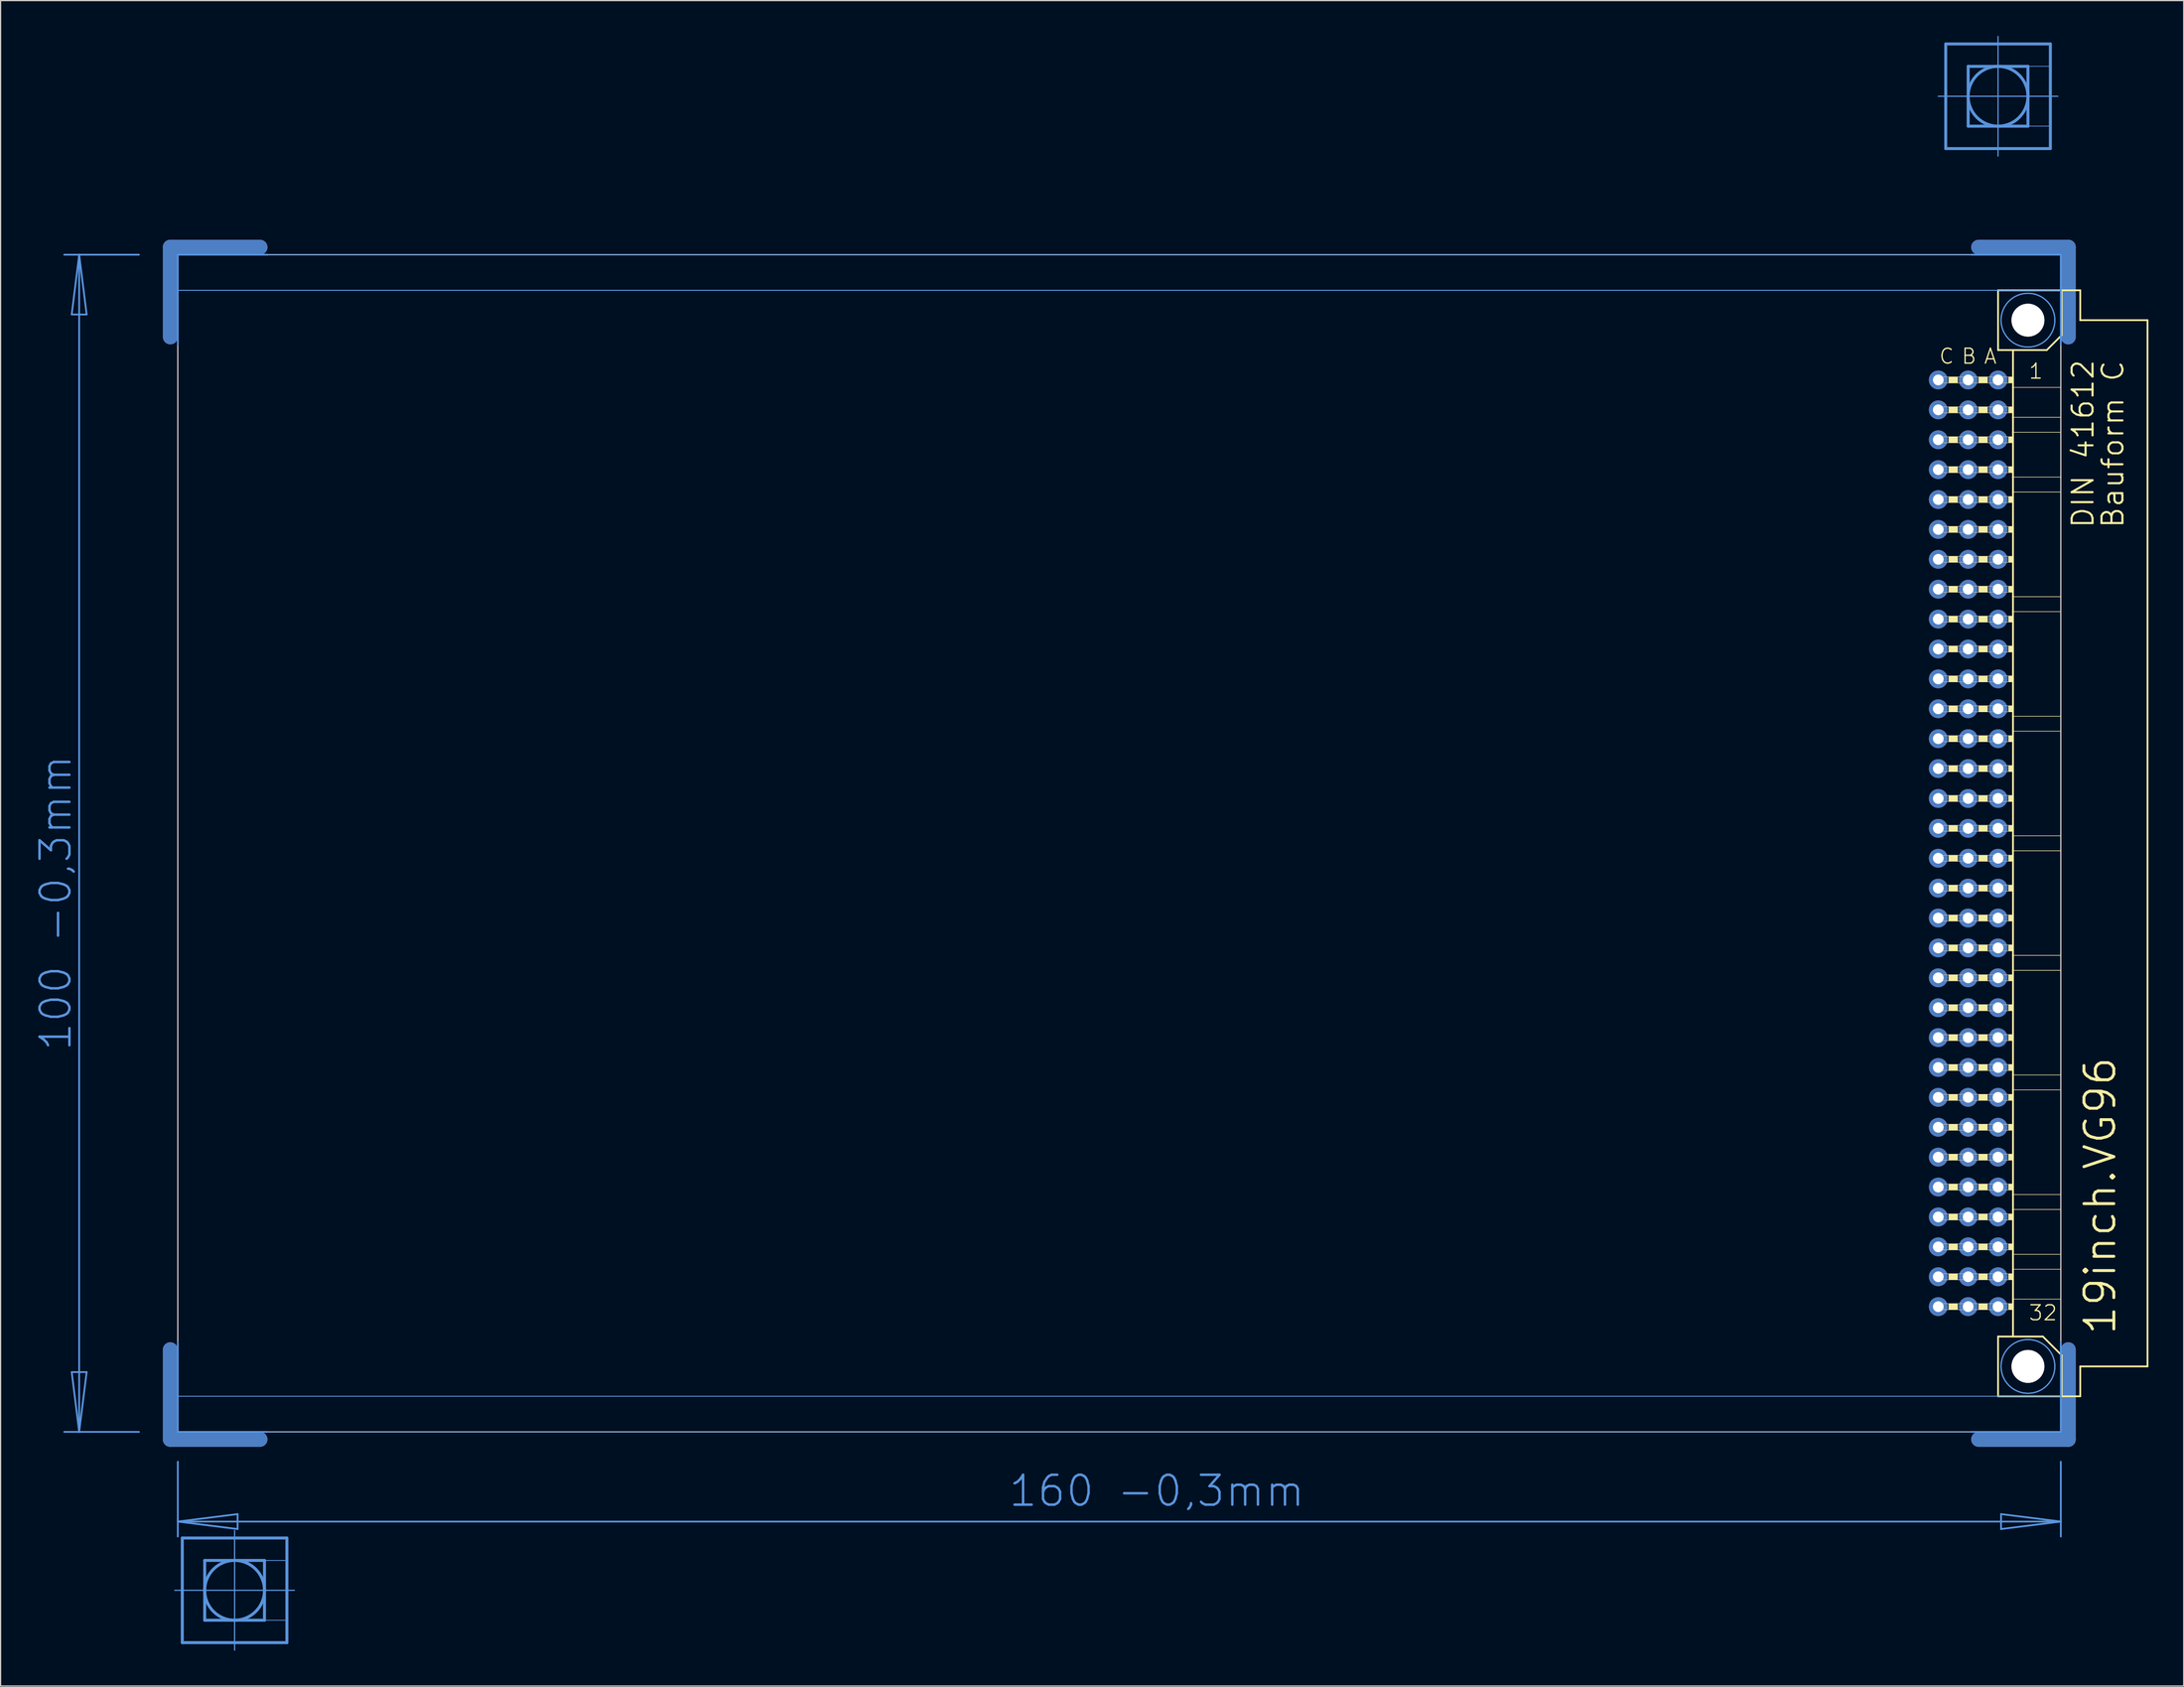
<source format=kicad_pcb>
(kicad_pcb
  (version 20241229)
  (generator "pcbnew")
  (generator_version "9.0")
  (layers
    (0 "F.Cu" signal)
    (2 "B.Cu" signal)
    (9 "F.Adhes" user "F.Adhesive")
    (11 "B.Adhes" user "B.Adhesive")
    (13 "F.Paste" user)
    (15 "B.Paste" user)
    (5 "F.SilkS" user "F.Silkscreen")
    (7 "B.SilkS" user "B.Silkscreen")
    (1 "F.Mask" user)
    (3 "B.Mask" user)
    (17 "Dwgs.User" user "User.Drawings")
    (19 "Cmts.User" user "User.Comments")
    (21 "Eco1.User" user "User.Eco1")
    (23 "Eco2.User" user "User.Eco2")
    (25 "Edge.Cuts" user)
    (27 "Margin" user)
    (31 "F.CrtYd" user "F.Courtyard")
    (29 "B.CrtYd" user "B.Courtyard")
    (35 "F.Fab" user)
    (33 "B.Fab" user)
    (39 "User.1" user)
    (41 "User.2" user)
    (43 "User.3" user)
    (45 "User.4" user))
  (footprint "19inch.VG96"
    (layer "F.Cu")
    (at 11.806 68.605)
    (property "Reference" "19inch.VG96" (at 165.1 41.91 90) (layer "F.SilkS") (effects (font (size 2.54 2.54) (thickness 0.25)) (justify left bottom)))
    (attr through_hole)
    (fp_line (start -0.381 -43.028) (end -0.381 -50.648) (stroke (width 1.27) (type default)) (layer "F.Cu"))
    (fp_line (start -0.381 43.028) (end -0.381 50.648) (stroke (width 1.27) (type default)) (layer "F.Cu"))
    (fp_line (start 7.239 -50.648) (end -0.381 -50.648) (stroke (width 1.27) (type default)) (layer "F.Cu"))
    (fp_line (start 7.239 50.648) (end -0.381 50.648) (stroke (width 1.27) (type default)) (layer "F.Cu"))
    (fp_line (start 153.289 -50.648) (end 160.909 -50.648) (stroke (width 1.27) (type default)) (layer "F.Cu"))
    (fp_line (start 153.289 50.648) (end 160.909 50.648) (stroke (width 1.27) (type default)) (layer "F.Cu"))
    (fp_line (start 160.909 -43.028) (end 160.909 -50.648) (stroke (width 1.27) (type default)) (layer "F.Cu"))
    (fp_line (start 160.909 43.028) (end 160.909 50.648) (stroke (width 1.27) (type default)) (layer "F.Cu"))
    (fp_line (start 0.254 -42.393) (end 0.254 -50.013) (stroke (width 0.152) (type default)) (layer "F.Mask"))
    (fp_line (start 0.254 42.393) (end 0.254 50.013) (stroke (width 0.152) (type default)) (layer "F.Mask"))
    (fp_line (start 7.874 -50.013) (end 0.254 -50.013) (stroke (width 0.152) (type default)) (layer "F.Mask"))
    (fp_line (start 7.874 50.013) (end 0.254 50.013) (stroke (width 0.152) (type default)) (layer "F.Mask"))
    (fp_line (start 152.654 -50.013) (end 160.274 -50.013) (stroke (width 0.152) (type default)) (layer "F.Mask"))
    (fp_line (start 152.654 50.013) (end 160.274 50.013) (stroke (width 0.152) (type default)) (layer "F.Mask"))
    (fp_line (start 160.274 -42.393) (end 160.274 -50.013) (stroke (width 0.152) (type default)) (layer "F.Mask"))
    (fp_line (start 160.274 42.393) (end 160.274 50.013) (stroke (width 0.152) (type default)) (layer "F.Mask"))
    (fp_line (start -0.381 -43.028) (end -0.381 -50.648) (stroke (width 1.27) (type default)) (layer "B.Cu"))
    (fp_line (start -0.381 43.028) (end -0.381 50.648) (stroke (width 1.27) (type default)) (layer "B.Cu"))
    (fp_line (start 7.239 -50.648) (end -0.381 -50.648) (stroke (width 1.27) (type default)) (layer "B.Cu"))
    (fp_line (start 7.239 50.648) (end -0.381 50.648) (stroke (width 1.27) (type default)) (layer "B.Cu"))
    (fp_line (start 153.289 -50.648) (end 160.909 -50.648) (stroke (width 1.27) (type default)) (layer "B.Cu"))
    (fp_line (start 153.289 50.648) (end 160.909 50.648) (stroke (width 1.27) (type default)) (layer "B.Cu"))
    (fp_line (start 160.909 -43.028) (end 160.909 -50.648) (stroke (width 1.27) (type default)) (layer "B.Cu"))
    (fp_line (start 160.909 43.028) (end 160.909 50.648) (stroke (width 1.27) (type default)) (layer "B.Cu"))
    (fp_line (start 0.254 -50.013) (end 7.874 -50.013) (stroke (width 0.152) (type default)) (layer "B.Mask"))
    (fp_line (start 0.254 -42.393) (end 0.254 -50.013) (stroke (width 0.152) (type default)) (layer "B.Mask"))
    (fp_line (start 0.254 50.013) (end 0.254 42.393) (stroke (width 0.152) (type default)) (layer "B.Mask"))
    (fp_line (start 7.874 50.013) (end 0.254 50.013) (stroke (width 0.152) (type default)) (layer "B.Mask"))
    (fp_line (start 152.654 -50.013) (end 160.274 -50.013) (stroke (width 0.152) (type default)) (layer "B.Mask"))
    (fp_line (start 160.274 -50.013) (end 160.274 -42.393) (stroke (width 0.152) (type default)) (layer "B.Mask"))
    (fp_line (start 160.274 42.393) (end 160.274 50.013) (stroke (width 0.152) (type default)) (layer "B.Mask"))
    (fp_line (start 160.274 50.013) (end 152.654 50.013) (stroke (width 0.152) (type default)) (layer "B.Mask"))
    (fp_line (start 154.94 -46.99) (end 154.94 -41.91) (stroke (width 0.152) (type default)) (layer "F.SilkS"))
    (fp_line (start 154.94 -41.91) (end 156.21 -41.91) (stroke (width 0.152) (type default)) (layer "F.SilkS"))
    (fp_line (start 154.94 41.91) (end 154.94 46.99) (stroke (width 0.152) (type default)) (layer "F.SilkS"))
    (fp_line (start 154.94 41.91) (end 156.21 41.91) (stroke (width 0.152) (type default)) (layer "F.SilkS"))
    (fp_line (start 154.94 46.99) (end 160.35 46.99) (stroke (width 0.152) (type default)) (layer "F.SilkS"))
    (fp_line (start 156.21 -41.91) (end 156.21 -38.735) (stroke (width 0.152) (type default)) (layer "F.SilkS"))
    (fp_line (start 156.21 -41.91) (end 159.08 -41.91) (stroke (width 0.152) (type default)) (layer "F.SilkS"))
    (fp_line (start 156.21 -38.735) (end 156.21 -36.195) (stroke (width 0.152) (type default)) (layer "F.SilkS"))
    (fp_line (start 156.21 -36.195) (end 156.21 -34.925) (stroke (width 0.152) (type default)) (layer "F.SilkS"))
    (fp_line (start 156.21 -34.925) (end 156.21 -31.115) (stroke (width 0.152) (type default)) (layer "F.SilkS"))
    (fp_line (start 156.21 -31.115) (end 156.21 -29.845) (stroke (width 0.152) (type default)) (layer "F.SilkS"))
    (fp_line (start 156.21 -29.845) (end 156.21 -20.955) (stroke (width 0.152) (type default)) (layer "F.SilkS"))
    (fp_line (start 156.21 -20.955) (end 156.21 -19.685) (stroke (width 0.152) (type default)) (layer "F.SilkS"))
    (fp_line (start 156.21 -19.685) (end 156.21 -10.795) (stroke (width 0.152) (type default)) (layer "F.SilkS"))
    (fp_line (start 156.21 -10.795) (end 156.21 -9.525) (stroke (width 0.152) (type default)) (layer "F.SilkS"))
    (fp_line (start 156.21 -9.525) (end 156.21 -0.635) (stroke (width 0.152) (type default)) (layer "F.SilkS"))
    (fp_line (start 156.21 -0.635) (end 156.21 0.635) (stroke (width 0.152) (type default)) (layer "F.SilkS"))
    (fp_line (start 156.21 0.635) (end 156.21 9.525) (stroke (width 0.152) (type default)) (layer "F.SilkS"))
    (fp_line (start 156.21 9.525) (end 156.21 10.795) (stroke (width 0.152) (type default)) (layer "F.SilkS"))
    (fp_line (start 156.21 10.795) (end 156.21 19.685) (stroke (width 0.152) (type default)) (layer "F.SilkS"))
    (fp_line (start 156.21 19.685) (end 156.21 20.955) (stroke (width 0.152) (type default)) (layer "F.SilkS"))
    (fp_line (start 156.21 20.955) (end 156.21 29.845) (stroke (width 0.152) (type default)) (layer "F.SilkS"))
    (fp_line (start 156.21 29.845) (end 156.21 31.115) (stroke (width 0.152) (type default)) (layer "F.SilkS"))
    (fp_line (start 156.21 31.115) (end 156.21 34.925) (stroke (width 0.152) (type default)) (layer "F.SilkS"))
    (fp_line (start 156.21 34.925) (end 156.21 36.195) (stroke (width 0.152) (type default)) (layer "F.SilkS"))
    (fp_line (start 156.21 36.195) (end 156.21 38.735) (stroke (width 0.152) (type default)) (layer "F.SilkS"))
    (fp_line (start 156.21 38.735) (end 156.21 41.91) (stroke (width 0.152) (type default)) (layer "F.SilkS"))
    (fp_line (start 156.21 41.91) (end 158.75 41.91) (stroke (width 0.152) (type default)) (layer "F.SilkS"))
    (fp_line (start 159.08 -41.91) (end 160.35 -43.18) (stroke (width 0.152) (type default)) (layer "F.SilkS"))
    (fp_line (start 160.274 -38.735) (end 156.21 -38.735) (stroke (width 0.051) (type default)) (layer "F.SilkS"))
    (fp_line (start 160.274 -38.735) (end 160.274 -36.195) (stroke (width 0.051) (type default)) (layer "F.SilkS"))
    (fp_line (start 160.274 -36.195) (end 156.21 -36.195) (stroke (width 0.051) (type default)) (layer "F.SilkS"))
    (fp_line (start 160.274 -34.925) (end 156.21 -34.925) (stroke (width 0.051) (type default)) (layer "F.SilkS"))
    (fp_line (start 160.274 -34.925) (end 160.274 -31.115) (stroke (width 0.051) (type default)) (layer "F.SilkS"))
    (fp_line (start 160.274 -31.115) (end 156.21 -31.115) (stroke (width 0.051) (type default)) (layer "F.SilkS"))
    (fp_line (start 160.274 -29.845) (end 156.21 -29.845) (stroke (width 0.051) (type default)) (layer "F.SilkS"))
    (fp_line (start 160.274 -29.845) (end 160.274 -20.955) (stroke (width 0.051) (type default)) (layer "F.SilkS"))
    (fp_line (start 160.274 -20.955) (end 156.21 -20.955) (stroke (width 0.051) (type default)) (layer "F.SilkS"))
    (fp_line (start 160.274 -19.685) (end 156.21 -19.685) (stroke (width 0.051) (type default)) (layer "F.SilkS"))
    (fp_line (start 160.274 -19.685) (end 160.274 -10.795) (stroke (width 0.051) (type default)) (layer "F.SilkS"))
    (fp_line (start 160.274 -10.795) (end 156.21 -10.795) (stroke (width 0.051) (type default)) (layer "F.SilkS"))
    (fp_line (start 160.274 -9.525) (end 156.21 -9.525) (stroke (width 0.051) (type default)) (layer "F.SilkS"))
    (fp_line (start 160.274 -9.525) (end 160.274 -0.635) (stroke (width 0.051) (type default)) (layer "F.SilkS"))
    (fp_line (start 160.274 -0.635) (end 156.21 -0.635) (stroke (width 0.051) (type default)) (layer "F.SilkS"))
    (fp_line (start 160.274 0.635) (end 156.21 0.635) (stroke (width 0.051) (type default)) (layer "F.SilkS"))
    (fp_line (start 160.274 0.635) (end 160.274 9.525) (stroke (width 0.051) (type default)) (layer "F.SilkS"))
    (fp_line (start 160.274 9.525) (end 156.21 9.525) (stroke (width 0.051) (type default)) (layer "F.SilkS"))
    (fp_line (start 160.274 10.795) (end 156.21 10.795) (stroke (width 0.051) (type default)) (layer "F.SilkS"))
    (fp_line (start 160.274 10.795) (end 160.274 19.685) (stroke (width 0.051) (type default)) (layer "F.SilkS"))
    (fp_line (start 160.274 19.685) (end 156.21 19.685) (stroke (width 0.051) (type default)) (layer "F.SilkS"))
    (fp_line (start 160.274 20.955) (end 156.21 20.955) (stroke (width 0.051) (type default)) (layer "F.SilkS"))
    (fp_line (start 160.274 20.955) (end 160.274 29.845) (stroke (width 0.051) (type default)) (layer "F.SilkS"))
    (fp_line (start 160.274 29.845) (end 156.21 29.845) (stroke (width 0.051) (type default)) (layer "F.SilkS"))
    (fp_line (start 160.274 31.115) (end 156.21 31.115) (stroke (width 0.051) (type default)) (layer "F.SilkS"))
    (fp_line (start 160.274 31.115) (end 160.274 34.925) (stroke (width 0.051) (type default)) (layer "F.SilkS"))
    (fp_line (start 160.274 34.925) (end 156.21 34.925) (stroke (width 0.051) (type default)) (layer "F.SilkS"))
    (fp_line (start 160.274 36.195) (end 156.21 36.195) (stroke (width 0.051) (type default)) (layer "F.SilkS"))
    (fp_line (start 160.274 36.195) (end 160.274 38.735) (stroke (width 0.051) (type default)) (layer "F.SilkS"))
    (fp_line (start 160.274 38.735) (end 156.21 38.735) (stroke (width 0.051) (type default)) (layer "F.SilkS"))
    (fp_line (start 160.35 -46.99) (end 154.94 -46.99) (stroke (width 0.152) (type default)) (layer "F.SilkS"))
    (fp_line (start 160.35 -43.18) (end 160.35 -46.99) (stroke (width 0.152) (type default)) (layer "F.SilkS"))
    (fp_line (start 160.35 43.51) (end 158.75 41.91) (stroke (width 0.152) (type default)) (layer "F.SilkS"))
    (fp_line (start 160.35 43.51) (end 160.35 46.99) (stroke (width 0.152) (type default)) (layer "F.SilkS"))
    (fp_line (start 160.35 46.99) (end 161.925 46.99) (stroke (width 0.152) (type default)) (layer "F.SilkS"))
    (fp_line (start 161.925 -46.99) (end 160.35 -46.99) (stroke (width 0.152) (type default)) (layer "F.SilkS"))
    (fp_line (start 161.925 -44.45) (end 161.925 -46.99) (stroke (width 0.152) (type default)) (layer "F.SilkS"))
    (fp_line (start 161.925 44.45) (end 167.64 44.45) (stroke (width 0.152) (type default)) (layer "F.SilkS"))
    (fp_line (start 161.925 46.99) (end 161.925 44.45) (stroke (width 0.152) (type default)) (layer "F.SilkS"))
    (fp_line (start 167.64 -44.45) (end 161.925 -44.45) (stroke (width 0.152) (type default)) (layer "F.SilkS"))
    (fp_line (start 167.64 44.45) (end 167.64 -44.45) (stroke (width 0.152) (type default)) (layer "F.SilkS"))
    (fp_rect (start 150.749 -39.116) (end 151.511 -39.624) (stroke (width 0.05) (type default)) (fill yes) (layer "F.SilkS"))
    (fp_rect (start 150.749 -36.576) (end 151.511 -37.084) (stroke (width 0.05) (type default)) (fill yes) (layer "F.SilkS"))
    (fp_rect (start 150.749 -34.036) (end 151.511 -34.544) (stroke (width 0.05) (type default)) (fill yes) (layer "F.SilkS"))
    (fp_rect (start 150.749 -31.496) (end 151.511 -32.004) (stroke (width 0.05) (type default)) (fill yes) (layer "F.SilkS"))
    (fp_rect (start 150.749 -28.956) (end 151.511 -29.464) (stroke (width 0.05) (type default)) (fill yes) (layer "F.SilkS"))
    (fp_rect (start 150.749 -26.416) (end 151.511 -26.924) (stroke (width 0.05) (type default)) (fill yes) (layer "F.SilkS"))
    (fp_rect (start 150.749 -23.876) (end 151.511 -24.384) (stroke (width 0.05) (type default)) (fill yes) (layer "F.SilkS"))
    (fp_rect (start 150.749 -21.336) (end 151.511 -21.844) (stroke (width 0.05) (type default)) (fill yes) (layer "F.SilkS"))
    (fp_rect (start 150.749 -18.796) (end 151.511 -19.304) (stroke (width 0.05) (type default)) (fill yes) (layer "F.SilkS"))
    (fp_rect (start 150.749 -16.256) (end 151.511 -16.764) (stroke (width 0.05) (type default)) (fill yes) (layer "F.SilkS"))
    (fp_rect (start 150.749 -13.716) (end 151.511 -14.224) (stroke (width 0.05) (type default)) (fill yes) (layer "F.SilkS"))
    (fp_rect (start 150.749 -11.176) (end 151.511 -11.684) (stroke (width 0.05) (type default)) (fill yes) (layer "F.SilkS"))
    (fp_rect (start 150.749 -8.636) (end 151.511 -9.144) (stroke (width 0.05) (type default)) (fill yes) (layer "F.SilkS"))
    (fp_rect (start 150.749 -6.096) (end 151.511 -6.604) (stroke (width 0.05) (type default)) (fill yes) (layer "F.SilkS"))
    (fp_rect (start 150.749 -3.556) (end 151.511 -4.064) (stroke (width 0.05) (type default)) (fill yes) (layer "F.SilkS"))
    (fp_rect (start 150.749 -1.016) (end 151.511 -1.524) (stroke (width 0.05) (type default)) (fill yes) (layer "F.SilkS"))
    (fp_rect (start 150.749 1.524) (end 151.511 1.016) (stroke (width 0.05) (type default)) (fill yes) (layer "F.SilkS"))
    (fp_rect (start 150.749 4.064) (end 151.511 3.556) (stroke (width 0.05) (type default)) (fill yes) (layer "F.SilkS"))
    (fp_rect (start 150.749 6.604) (end 151.511 6.096) (stroke (width 0.05) (type default)) (fill yes) (layer "F.SilkS"))
    (fp_rect (start 150.749 9.144) (end 151.511 8.636) (stroke (width 0.05) (type default)) (fill yes) (layer "F.SilkS"))
    (fp_rect (start 150.749 11.684) (end 151.511 11.176) (stroke (width 0.05) (type default)) (fill yes) (layer "F.SilkS"))
    (fp_rect (start 150.749 14.224) (end 151.511 13.716) (stroke (width 0.05) (type default)) (fill yes) (layer "F.SilkS"))
    (fp_rect (start 150.749 16.764) (end 151.511 16.256) (stroke (width 0.05) (type default)) (fill yes) (layer "F.SilkS"))
    (fp_rect (start 150.749 19.304) (end 151.511 18.796) (stroke (width 0.05) (type default)) (fill yes) (layer "F.SilkS"))
    (fp_rect (start 150.749 21.844) (end 151.511 21.336) (stroke (width 0.05) (type default)) (fill yes) (layer "F.SilkS"))
    (fp_rect (start 150.749 24.384) (end 151.511 23.876) (stroke (width 0.05) (type default)) (fill yes) (layer "F.SilkS"))
    (fp_rect (start 150.749 26.924) (end 151.511 26.416) (stroke (width 0.05) (type default)) (fill yes) (layer "F.SilkS"))
    (fp_rect (start 150.749 29.464) (end 151.511 28.956) (stroke (width 0.05) (type default)) (fill yes) (layer "F.SilkS"))
    (fp_rect (start 150.749 32.004) (end 151.511 31.496) (stroke (width 0.05) (type default)) (fill yes) (layer "F.SilkS"))
    (fp_rect (start 150.749 34.544) (end 151.511 34.036) (stroke (width 0.05) (type default)) (fill yes) (layer "F.SilkS"))
    (fp_rect (start 150.749 37.084) (end 151.511 36.576) (stroke (width 0.05) (type default)) (fill yes) (layer "F.SilkS"))
    (fp_rect (start 150.749 39.624) (end 151.511 39.116) (stroke (width 0.05) (type default)) (fill yes) (layer "F.SilkS"))
    (fp_rect (start 153.289 -39.116) (end 154.051 -39.624) (stroke (width 0.05) (type default)) (fill yes) (layer "F.SilkS"))
    (fp_rect (start 153.289 -36.576) (end 154.051 -37.084) (stroke (width 0.05) (type default)) (fill yes) (layer "F.SilkS"))
    (fp_rect (start 153.289 -34.036) (end 154.051 -34.544) (stroke (width 0.05) (type default)) (fill yes) (layer "F.SilkS"))
    (fp_rect (start 153.289 -31.496) (end 154.051 -32.004) (stroke (width 0.05) (type default)) (fill yes) (layer "F.SilkS"))
    (fp_rect (start 153.289 -28.956) (end 154.051 -29.464) (stroke (width 0.05) (type default)) (fill yes) (layer "F.SilkS"))
    (fp_rect (start 153.289 -26.416) (end 154.051 -26.924) (stroke (width 0.05) (type default)) (fill yes) (layer "F.SilkS"))
    (fp_rect (start 153.289 -23.876) (end 154.051 -24.384) (stroke (width 0.05) (type default)) (fill yes) (layer "F.SilkS"))
    (fp_rect (start 153.289 -21.336) (end 154.051 -21.844) (stroke (width 0.05) (type default)) (fill yes) (layer "F.SilkS"))
    (fp_rect (start 153.289 -18.796) (end 154.051 -19.304) (stroke (width 0.05) (type default)) (fill yes) (layer "F.SilkS"))
    (fp_rect (start 153.289 -16.256) (end 154.051 -16.764) (stroke (width 0.05) (type default)) (fill yes) (layer "F.SilkS"))
    (fp_rect (start 153.289 -13.716) (end 154.051 -14.224) (stroke (width 0.05) (type default)) (fill yes) (layer "F.SilkS"))
    (fp_rect (start 153.289 -11.176) (end 154.051 -11.684) (stroke (width 0.05) (type default)) (fill yes) (layer "F.SilkS"))
    (fp_rect (start 153.289 -8.636) (end 154.051 -9.144) (stroke (width 0.05) (type default)) (fill yes) (layer "F.SilkS"))
    (fp_rect (start 153.289 -6.096) (end 154.051 -6.604) (stroke (width 0.05) (type default)) (fill yes) (layer "F.SilkS"))
    (fp_rect (start 153.289 -3.556) (end 154.051 -4.064) (stroke (width 0.05) (type default)) (fill yes) (layer "F.SilkS"))
    (fp_rect (start 153.289 -1.016) (end 154.051 -1.524) (stroke (width 0.05) (type default)) (fill yes) (layer "F.SilkS"))
    (fp_rect (start 153.289 1.524) (end 154.051 1.016) (stroke (width 0.05) (type default)) (fill yes) (layer "F.SilkS"))
    (fp_rect (start 153.289 4.064) (end 154.051 3.556) (stroke (width 0.05) (type default)) (fill yes) (layer "F.SilkS"))
    (fp_rect (start 153.289 6.604) (end 154.051 6.096) (stroke (width 0.05) (type default)) (fill yes) (layer "F.SilkS"))
    (fp_rect (start 153.289 9.144) (end 154.051 8.636) (stroke (width 0.05) (type default)) (fill yes) (layer "F.SilkS"))
    (fp_rect (start 153.289 11.684) (end 154.051 11.176) (stroke (width 0.05) (type default)) (fill yes) (layer "F.SilkS"))
    (fp_rect (start 153.289 14.224) (end 154.051 13.716) (stroke (width 0.05) (type default)) (fill yes) (layer "F.SilkS"))
    (fp_rect (start 153.289 16.764) (end 154.051 16.256) (stroke (width 0.05) (type default)) (fill yes) (layer "F.SilkS"))
    (fp_rect (start 153.289 19.304) (end 154.051 18.796) (stroke (width 0.05) (type default)) (fill yes) (layer "F.SilkS"))
    (fp_rect (start 153.289 21.844) (end 154.051 21.336) (stroke (width 0.05) (type default)) (fill yes) (layer "F.SilkS"))
    (fp_rect (start 153.289 24.384) (end 154.051 23.876) (stroke (width 0.05) (type default)) (fill yes) (layer "F.SilkS"))
    (fp_rect (start 153.289 26.924) (end 154.051 26.416) (stroke (width 0.05) (type default)) (fill yes) (layer "F.SilkS"))
    (fp_rect (start 153.289 29.464) (end 154.051 28.956) (stroke (width 0.05) (type default)) (fill yes) (layer "F.SilkS"))
    (fp_rect (start 153.289 32.004) (end 154.051 31.496) (stroke (width 0.05) (type default)) (fill yes) (layer "F.SilkS"))
    (fp_rect (start 153.289 34.544) (end 154.051 34.036) (stroke (width 0.05) (type default)) (fill yes) (layer "F.SilkS"))
    (fp_rect (start 153.289 37.084) (end 154.051 36.576) (stroke (width 0.05) (type default)) (fill yes) (layer "F.SilkS"))
    (fp_rect (start 153.289 39.624) (end 154.051 39.116) (stroke (width 0.05) (type default)) (fill yes) (layer "F.SilkS"))
    (fp_rect (start 155.829 -39.116) (end 156.21 -39.624) (stroke (width 0.05) (type default)) (fill yes) (layer "F.SilkS"))
    (fp_rect (start 155.829 -36.576) (end 156.21 -37.084) (stroke (width 0.05) (type default)) (fill yes) (layer "F.SilkS"))
    (fp_rect (start 155.829 -34.036) (end 156.21 -34.544) (stroke (width 0.05) (type default)) (fill yes) (layer "F.SilkS"))
    (fp_rect (start 155.829 -31.496) (end 156.21 -32.004) (stroke (width 0.05) (type default)) (fill yes) (layer "F.SilkS"))
    (fp_rect (start 155.829 -28.956) (end 156.21 -29.464) (stroke (width 0.05) (type default)) (fill yes) (layer "F.SilkS"))
    (fp_rect (start 155.829 -26.416) (end 156.21 -26.924) (stroke (width 0.05) (type default)) (fill yes) (layer "F.SilkS"))
    (fp_rect (start 155.829 -23.876) (end 156.21 -24.384) (stroke (width 0.05) (type default)) (fill yes) (layer "F.SilkS"))
    (fp_rect (start 155.829 -21.336) (end 156.21 -21.844) (stroke (width 0.05) (type default)) (fill yes) (layer "F.SilkS"))
    (fp_rect (start 155.829 -18.796) (end 156.21 -19.304) (stroke (width 0.05) (type default)) (fill yes) (layer "F.SilkS"))
    (fp_rect (start 155.829 -16.256) (end 156.21 -16.764) (stroke (width 0.05) (type default)) (fill yes) (layer "F.SilkS"))
    (fp_rect (start 155.829 -13.716) (end 156.21 -14.224) (stroke (width 0.05) (type default)) (fill yes) (layer "F.SilkS"))
    (fp_rect (start 155.829 -11.176) (end 156.21 -11.684) (stroke (width 0.05) (type default)) (fill yes) (layer "F.SilkS"))
    (fp_rect (start 155.829 -8.636) (end 156.21 -9.144) (stroke (width 0.05) (type default)) (fill yes) (layer "F.SilkS"))
    (fp_rect (start 155.829 -6.096) (end 156.21 -6.604) (stroke (width 0.05) (type default)) (fill yes) (layer "F.SilkS"))
    (fp_rect (start 155.829 -3.556) (end 156.21 -4.064) (stroke (width 0.05) (type default)) (fill yes) (layer "F.SilkS"))
    (fp_rect (start 155.829 -1.016) (end 156.21 -1.524) (stroke (width 0.05) (type default)) (fill yes) (layer "F.SilkS"))
    (fp_rect (start 155.829 1.524) (end 156.21 1.016) (stroke (width 0.05) (type default)) (fill yes) (layer "F.SilkS"))
    (fp_rect (start 155.829 4.064) (end 156.21 3.556) (stroke (width 0.05) (type default)) (fill yes) (layer "F.SilkS"))
    (fp_rect (start 155.829 6.604) (end 156.21 6.096) (stroke (width 0.05) (type default)) (fill yes) (layer "F.SilkS"))
    (fp_rect (start 155.829 9.144) (end 156.21 8.636) (stroke (width 0.05) (type default)) (fill yes) (layer "F.SilkS"))
    (fp_rect (start 155.829 11.684) (end 156.21 11.176) (stroke (width 0.05) (type default)) (fill yes) (layer "F.SilkS"))
    (fp_rect (start 155.829 14.224) (end 156.21 13.716) (stroke (width 0.05) (type default)) (fill yes) (layer "F.SilkS"))
    (fp_rect (start 155.829 16.764) (end 156.21 16.256) (stroke (width 0.05) (type default)) (fill yes) (layer "F.SilkS"))
    (fp_rect (start 155.829 19.304) (end 156.21 18.796) (stroke (width 0.05) (type default)) (fill yes) (layer "F.SilkS"))
    (fp_rect (start 155.829 21.844) (end 156.21 21.336) (stroke (width 0.05) (type default)) (fill yes) (layer "F.SilkS"))
    (fp_rect (start 155.829 24.384) (end 156.21 23.876) (stroke (width 0.05) (type default)) (fill yes) (layer "F.SilkS"))
    (fp_rect (start 155.829 26.924) (end 156.21 26.416) (stroke (width 0.05) (type default)) (fill yes) (layer "F.SilkS"))
    (fp_rect (start 155.829 29.464) (end 156.21 28.956) (stroke (width 0.05) (type default)) (fill yes) (layer "F.SilkS"))
    (fp_rect (start 155.829 32.004) (end 156.21 31.496) (stroke (width 0.05) (type default)) (fill yes) (layer "F.SilkS"))
    (fp_rect (start 155.829 34.544) (end 156.21 34.036) (stroke (width 0.05) (type default)) (fill yes) (layer "F.SilkS"))
    (fp_rect (start 155.829 37.084) (end 156.21 36.576) (stroke (width 0.05) (type default)) (fill yes) (layer "F.SilkS"))
    (fp_rect (start 155.829 39.624) (end 156.21 39.116) (stroke (width 0.05) (type default)) (fill yes) (layer "F.SilkS"))
    (fp_circle (center 157.48 -44.45) (end 158.75 -44.45) (stroke (width 0.152) (type default)) (fill no) (layer "F.SilkS"))
    (fp_circle (center 157.48 44.45) (end 158.75 44.45) (stroke (width 0.152) (type default)) (fill no) (layer "F.SilkS"))
    (fp_line (start -9.398 -50.013) (end -8.128 -50.013) (stroke (width 0.152) (type default)) (layer "Cmts.User"))
    (fp_line (start -9.398 50.013) (end -8.128 50.013) (stroke (width 0.152) (type default)) (layer "Cmts.User"))
    (fp_line (start -8.763 -44.933) (end -8.128 -50.013) (stroke (width 0.152) (type default)) (layer "Cmts.User"))
    (fp_line (start -8.763 44.933) (end -7.493 44.933) (stroke (width 0.152) (type default)) (layer "Cmts.User"))
    (fp_line (start -8.128 -50.013) (end -7.493 -44.933) (stroke (width 0.152) (type default)) (layer "Cmts.User"))
    (fp_line (start -8.128 -50.013) (end -3.048 -50.013) (stroke (width 0.152) (type default)) (layer "Cmts.User"))
    (fp_line (start -8.128 50.013) (end -8.763 44.933) (stroke (width 0.152) (type default)) (layer "Cmts.User"))
    (fp_line (start -8.128 50.013) (end -8.128 -50.013) (stroke (width 0.152) (type default)) (layer "Cmts.User"))
    (fp_line (start -8.128 50.013) (end -3.048 50.013) (stroke (width 0.152) (type default)) (layer "Cmts.User"))
    (fp_line (start -7.493 -44.933) (end -8.763 -44.933) (stroke (width 0.152) (type default)) (layer "Cmts.User"))
    (fp_line (start -7.493 44.933) (end -8.128 50.013) (stroke (width 0.152) (type default)) (layer "Cmts.User"))
    (fp_line (start 0 63.475) (end 0.635 63.475) (stroke (width 0.102) (type default)) (layer "Cmts.User"))
    (fp_line (start 0.254 -50.013) (end 7.874 -50.013) (stroke (width 0.152) (type default)) (layer "Cmts.User"))
    (fp_line (start 0.254 -42.393) (end 0.254 -50.013) (stroke (width 0.152) (type default)) (layer "Cmts.User"))
    (fp_line (start 0.254 50.013) (end 0.254 42.393) (stroke (width 0.152) (type default)) (layer "Cmts.User"))
    (fp_line (start 0.254 57.633) (end 0.254 52.553) (stroke (width 0.152) (type default)) (layer "Cmts.User"))
    (fp_line (start 0.254 57.633) (end 5.334 56.998) (stroke (width 0.152) (type default)) (layer "Cmts.User"))
    (fp_line (start 0.254 57.633) (end 160.274 57.633) (stroke (width 0.152) (type default)) (layer "Cmts.User"))
    (fp_line (start 0.254 58.903) (end 0.254 57.633) (stroke (width 0.152) (type default)) (layer "Cmts.User"))
    (fp_line (start 0.635 59.03) (end 9.525 59.03) (stroke (width 0.254) (type default)) (layer "Cmts.User"))
    (fp_line (start 0.635 63.475) (end 0.635 59.03) (stroke (width 0.254) (type default)) (layer "Cmts.User"))
    (fp_line (start 0.635 63.475) (end 10.16 63.475) (stroke (width 0.102) (type default)) (layer "Cmts.User"))
    (fp_line (start 0.635 67.92) (end 0.635 63.475) (stroke (width 0.254) (type default)) (layer "Cmts.User"))
    (fp_line (start 2.54 60.935) (end 2.54 66.015) (stroke (width 0.254) (type default)) (layer "Cmts.User"))
    (fp_line (start 2.54 66.015) (end 7.62 66.015) (stroke (width 0.254) (type default)) (layer "Cmts.User"))
    (fp_line (start 5.08 68.555) (end 5.08 58.395) (stroke (width 0.102) (type default)) (layer "Cmts.User"))
    (fp_line (start 5.334 56.998) (end 5.334 58.268) (stroke (width 0.152) (type default)) (layer "Cmts.User"))
    (fp_line (start 5.334 58.268) (end 0.254 57.633) (stroke (width 0.152) (type default)) (layer "Cmts.User"))
    (fp_line (start 7.62 60.935) (end 2.54 60.935) (stroke (width 0.254) (type default)) (layer "Cmts.User"))
    (fp_line (start 7.62 66.015) (end 7.62 60.935) (stroke (width 0.254) (type default)) (layer "Cmts.User"))
    (fp_line (start 7.874 50.013) (end 0.254 50.013) (stroke (width 0.152) (type default)) (layer "Cmts.User"))
    (fp_line (start 9.525 59.03) (end 9.525 67.92) (stroke (width 0.254) (type default)) (layer "Cmts.User"))
    (fp_line (start 9.525 67.92) (end 0.635 67.92) (stroke (width 0.254) (type default)) (layer "Cmts.User"))
    (fp_line (start 149.86 -63.475) (end 150.495 -63.475) (stroke (width 0.102) (type default)) (layer "Cmts.User"))
    (fp_line (start 150.495 -67.92) (end 159.385 -67.92) (stroke (width 0.254) (type default)) (layer "Cmts.User"))
    (fp_line (start 150.495 -63.475) (end 150.495 -67.92) (stroke (width 0.254) (type default)) (layer "Cmts.User"))
    (fp_line (start 150.495 -63.475) (end 160.02 -63.475) (stroke (width 0.102) (type default)) (layer "Cmts.User"))
    (fp_line (start 150.495 -59.03) (end 150.495 -63.475) (stroke (width 0.254) (type default)) (layer "Cmts.User"))
    (fp_line (start 152.4 -66.015) (end 152.4 -60.935) (stroke (width 0.254) (type default)) (layer "Cmts.User"))
    (fp_line (start 152.4 -60.935) (end 157.48 -60.935) (stroke (width 0.254) (type default)) (layer "Cmts.User"))
    (fp_line (start 152.654 -50.013) (end 160.274 -50.013) (stroke (width 0.152) (type default)) (layer "Cmts.User"))
    (fp_line (start 154.94 -58.395) (end 154.94 -68.555) (stroke (width 0.102) (type default)) (layer "Cmts.User"))
    (fp_line (start 155.194 56.998) (end 160.274 57.633) (stroke (width 0.152) (type default)) (layer "Cmts.User"))
    (fp_line (start 155.194 58.268) (end 155.194 56.998) (stroke (width 0.152) (type default)) (layer "Cmts.User"))
    (fp_line (start 157.48 -66.015) (end 152.4 -66.015) (stroke (width 0.254) (type default)) (layer "Cmts.User"))
    (fp_line (start 157.48 -60.935) (end 157.48 -66.015) (stroke (width 0.254) (type default)) (layer "Cmts.User"))
    (fp_line (start 159.385 -67.92) (end 159.385 -59.03) (stroke (width 0.254) (type default)) (layer "Cmts.User"))
    (fp_line (start 159.385 -59.03) (end 150.495 -59.03) (stroke (width 0.254) (type default)) (layer "Cmts.User"))
    (fp_line (start 160.274 -50.013) (end 160.274 -42.393) (stroke (width 0.152) (type default)) (layer "Cmts.User"))
    (fp_line (start 160.274 42.393) (end 160.274 50.013) (stroke (width 0.152) (type default)) (layer "Cmts.User"))
    (fp_line (start 160.274 50.013) (end 152.654 50.013) (stroke (width 0.152) (type default)) (layer "Cmts.User"))
    (fp_line (start 160.274 57.633) (end 155.194 58.268) (stroke (width 0.152) (type default)) (layer "Cmts.User"))
    (fp_line (start 160.274 57.633) (end 160.274 52.553) (stroke (width 0.152) (type default)) (layer "Cmts.User"))
    (fp_line (start 160.274 58.903) (end 160.274 57.633) (stroke (width 0.152) (type default)) (layer "Cmts.User"))
    (fp_rect (start 0.254 -46.99) (end 160.274 -50.013) (stroke (width 0.05) (type default)) (fill no) (layer "Cmts.User"))
    (fp_rect (start 0.254 50.013) (end 160.274 46.99) (stroke (width 0.05) (type default)) (fill no) (layer "Cmts.User"))
    (fp_rect (start 5.08 60.935) (end 9.525 59.03) (stroke (width 0.05) (type default)) (fill no) (layer "Cmts.User"))
    (fp_rect (start 5.08 67.92) (end 9.525 66.015) (stroke (width 0.05) (type default)) (fill no) (layer "Cmts.User"))
    (fp_rect (start 7.62 66.015) (end 9.525 60.935) (stroke (width 0.05) (type default)) (fill no) (layer "Cmts.User"))
    (fp_rect (start 154.94 -66.015) (end 159.385 -67.92) (stroke (width 0.05) (type default)) (fill no) (layer "Cmts.User"))
    (fp_rect (start 154.94 -59.03) (end 159.385 -60.935) (stroke (width 0.05) (type default)) (fill no) (layer "Cmts.User"))
    (fp_rect (start 157.48 -60.935) (end 159.385 -66.015) (stroke (width 0.05) (type default)) (fill no) (layer "Cmts.User"))
    (fp_circle (center 5.08 63.475) (end 7.62 63.475) (stroke (width 0.254) (type default)) (fill no) (layer "Cmts.User"))
    (fp_circle (center 154.94 -63.475) (end 157.48 -63.475) (stroke (width 0.254) (type default)) (fill no) (layer "Cmts.User"))
    (fp_circle (center 157.48 -44.45) (end 159.766 -44.45) (stroke (width 0.1) (type default)) (fill no) (layer "Cmts.User"))
    (fp_circle (center 157.48 -44.45) (end 159.766 -44.45) (stroke (width 0.1) (type default)) (fill no) (layer "Cmts.User"))
    (fp_circle (center 157.48 44.45) (end 159.766 44.45) (stroke (width 0.1) (type default)) (fill no) (layer "Cmts.User"))
    (fp_circle (center 157.48 44.45) (end 159.766 44.45) (stroke (width 0.1) (type default)) (fill no) (layer "Cmts.User"))
    (fp_line (start 0.254 -50.013) (end 0.254 50.013) (stroke (width 0.1) (type default)) (layer "Edge.Cuts"))
    (fp_line (start 0.254 50.013) (end 160.274 50.013) (stroke (width 0.1) (type default)) (layer "Edge.Cuts"))
    (fp_line (start 160.274 -50.013) (end 0.254 -50.013) (stroke (width 0.1) (type default)) (layer "Edge.Cuts"))
    (fp_line (start 160.274 50.013) (end 160.274 -50.013) (stroke (width 0.1) (type default)) (layer "Edge.Cuts"))
    (fp_line (start 160.274 -50.013) (end 160.274 -46.99) (stroke (width 0.051) (type default)) (layer "B.CrtYd"))
    (fp_line (start 160.274 50.013) (end 160.274 46.99) (stroke (width 0.051) (type default)) (layer "B.CrtYd"))
    (fp_rect (start 0.254 -46.99) (end 160.274 -50.013) (stroke (width 0.05) (type default)) (fill no) (layer "B.CrtYd"))
    (fp_rect (start 0.254 50.013) (end 160.274 46.99) (stroke (width 0.05) (type default)) (fill no) (layer "B.CrtYd"))
    (fp_line (start 160.274 -50.013) (end 160.274 -46.99) (stroke (width 0.051) (type default)) (layer "F.CrtYd"))
    (fp_line (start 160.274 50.013) (end 160.274 46.99) (stroke (width 0.051) (type default)) (layer "F.CrtYd"))
    (fp_rect (start 0.254 -46.99) (end 160.274 -50.013) (stroke (width 0.05) (type default)) (fill no) (layer "F.CrtYd"))
    (fp_rect (start 0.254 50.013) (end 160.274 46.99) (stroke (width 0.05) (type default)) (fill no) (layer "F.CrtYd"))
    (fp_rect (start 149.606 -39.116) (end 150.749 -39.624) (stroke (width 0.05) (type default)) (fill no) (layer "F.Fab"))
    (fp_rect (start 149.606 -36.576) (end 150.749 -37.084) (stroke (width 0.05) (type default)) (fill no) (layer "F.Fab"))
    (fp_rect (start 149.606 -34.036) (end 150.749 -34.544) (stroke (width 0.05) (type default)) (fill no) (layer "F.Fab"))
    (fp_rect (start 149.606 -31.496) (end 150.749 -32.004) (stroke (width 0.05) (type default)) (fill no) (layer "F.Fab"))
    (fp_rect (start 149.606 -28.956) (end 150.749 -29.464) (stroke (width 0.05) (type default)) (fill no) (layer "F.Fab"))
    (fp_rect (start 149.606 -26.416) (end 150.749 -26.924) (stroke (width 0.05) (type default)) (fill no) (layer "F.Fab"))
    (fp_rect (start 149.606 -23.876) (end 150.749 -24.384) (stroke (width 0.05) (type default)) (fill no) (layer "F.Fab"))
    (fp_rect (start 149.606 -21.336) (end 150.749 -21.844) (stroke (width 0.05) (type default)) (fill no) (layer "F.Fab"))
    (fp_rect (start 149.606 -18.796) (end 150.749 -19.304) (stroke (width 0.05) (type default)) (fill no) (layer "F.Fab"))
    (fp_rect (start 149.606 -16.256) (end 150.749 -16.764) (stroke (width 0.05) (type default)) (fill no) (layer "F.Fab"))
    (fp_rect (start 149.606 -13.716) (end 150.749 -14.224) (stroke (width 0.05) (type default)) (fill no) (layer "F.Fab"))
    (fp_rect (start 149.606 -11.176) (end 150.749 -11.684) (stroke (width 0.05) (type default)) (fill no) (layer "F.Fab"))
    (fp_rect (start 149.606 -8.636) (end 150.749 -9.144) (stroke (width 0.05) (type default)) (fill no) (layer "F.Fab"))
    (fp_rect (start 149.606 -6.096) (end 150.749 -6.604) (stroke (width 0.05) (type default)) (fill no) (layer "F.Fab"))
    (fp_rect (start 149.606 -3.556) (end 150.749 -4.064) (stroke (width 0.05) (type default)) (fill no) (layer "F.Fab"))
    (fp_rect (start 149.606 -1.016) (end 150.749 -1.524) (stroke (width 0.05) (type default)) (fill no) (layer "F.Fab"))
    (fp_rect (start 149.606 1.524) (end 150.749 1.016) (stroke (width 0.05) (type default)) (fill no) (layer "F.Fab"))
    (fp_rect (start 149.606 4.064) (end 150.749 3.556) (stroke (width 0.05) (type default)) (fill no) (layer "F.Fab"))
    (fp_rect (start 149.606 6.604) (end 150.749 6.096) (stroke (width 0.05) (type default)) (fill no) (layer "F.Fab"))
    (fp_rect (start 149.606 9.144) (end 150.749 8.636) (stroke (width 0.05) (type default)) (fill no) (layer "F.Fab"))
    (fp_rect (start 149.606 11.684) (end 150.749 11.176) (stroke (width 0.05) (type default)) (fill no) (layer "F.Fab"))
    (fp_rect (start 149.606 14.224) (end 150.749 13.716) (stroke (width 0.05) (type default)) (fill no) (layer "F.Fab"))
    (fp_rect (start 149.606 16.764) (end 150.749 16.256) (stroke (width 0.05) (type default)) (fill no) (layer "F.Fab"))
    (fp_rect (start 149.606 19.304) (end 150.749 18.796) (stroke (width 0.05) (type default)) (fill no) (layer "F.Fab"))
    (fp_rect (start 149.606 21.844) (end 150.749 21.336) (stroke (width 0.05) (type default)) (fill no) (layer "F.Fab"))
    (fp_rect (start 149.606 24.384) (end 150.749 23.876) (stroke (width 0.05) (type default)) (fill no) (layer "F.Fab"))
    (fp_rect (start 149.606 26.924) (end 150.749 26.416) (stroke (width 0.05) (type default)) (fill no) (layer "F.Fab"))
    (fp_rect (start 149.606 29.464) (end 150.749 28.956) (stroke (width 0.05) (type default)) (fill no) (layer "F.Fab"))
    (fp_rect (start 149.606 32.004) (end 150.749 31.496) (stroke (width 0.05) (type default)) (fill no) (layer "F.Fab"))
    (fp_rect (start 149.606 34.544) (end 150.749 34.036) (stroke (width 0.05) (type default)) (fill no) (layer "F.Fab"))
    (fp_rect (start 149.606 37.084) (end 150.749 36.576) (stroke (width 0.05) (type default)) (fill no) (layer "F.Fab"))
    (fp_rect (start 149.606 39.624) (end 150.749 39.116) (stroke (width 0.05) (type default)) (fill no) (layer "F.Fab"))
    (fp_rect (start 151.511 -39.116) (end 153.289 -39.624) (stroke (width 0.05) (type default)) (fill no) (layer "F.Fab"))
    (fp_rect (start 151.511 -36.576) (end 153.289 -37.084) (stroke (width 0.05) (type default)) (fill no) (layer "F.Fab"))
    (fp_rect (start 151.511 -34.036) (end 153.289 -34.544) (stroke (width 0.05) (type default)) (fill no) (layer "F.Fab"))
    (fp_rect (start 151.511 -31.496) (end 153.289 -32.004) (stroke (width 0.05) (type default)) (fill no) (layer "F.Fab"))
    (fp_rect (start 151.511 -28.956) (end 153.289 -29.464) (stroke (width 0.05) (type default)) (fill no) (layer "F.Fab"))
    (fp_rect (start 151.511 -26.416) (end 153.289 -26.924) (stroke (width 0.05) (type default)) (fill no) (layer "F.Fab"))
    (fp_rect (start 151.511 -23.876) (end 153.289 -24.384) (stroke (width 0.05) (type default)) (fill no) (layer "F.Fab"))
    (fp_rect (start 151.511 -21.336) (end 153.289 -21.844) (stroke (width 0.05) (type default)) (fill no) (layer "F.Fab"))
    (fp_rect (start 151.511 -18.796) (end 153.289 -19.304) (stroke (width 0.05) (type default)) (fill no) (layer "F.Fab"))
    (fp_rect (start 151.511 -16.256) (end 153.289 -16.764) (stroke (width 0.05) (type default)) (fill no) (layer "F.Fab"))
    (fp_rect (start 151.511 -13.716) (end 153.289 -14.224) (stroke (width 0.05) (type default)) (fill no) (layer "F.Fab"))
    (fp_rect (start 151.511 -11.176) (end 153.289 -11.684) (stroke (width 0.05) (type default)) (fill no) (layer "F.Fab"))
    (fp_rect (start 151.511 -8.636) (end 153.289 -9.144) (stroke (width 0.05) (type default)) (fill no) (layer "F.Fab"))
    (fp_rect (start 151.511 -6.096) (end 153.289 -6.604) (stroke (width 0.05) (type default)) (fill no) (layer "F.Fab"))
    (fp_rect (start 151.511 -3.556) (end 153.289 -4.064) (stroke (width 0.05) (type default)) (fill no) (layer "F.Fab"))
    (fp_rect (start 151.511 -1.016) (end 153.289 -1.524) (stroke (width 0.05) (type default)) (fill no) (layer "F.Fab"))
    (fp_rect (start 151.511 1.524) (end 153.289 1.016) (stroke (width 0.05) (type default)) (fill no) (layer "F.Fab"))
    (fp_rect (start 151.511 4.064) (end 153.289 3.556) (stroke (width 0.05) (type default)) (fill no) (layer "F.Fab"))
    (fp_rect (start 151.511 6.604) (end 153.289 6.096) (stroke (width 0.05) (type default)) (fill no) (layer "F.Fab"))
    (fp_rect (start 151.511 9.144) (end 153.289 8.636) (stroke (width 0.05) (type default)) (fill no) (layer "F.Fab"))
    (fp_rect (start 151.511 11.684) (end 153.289 11.176) (stroke (width 0.05) (type default)) (fill no) (layer "F.Fab"))
    (fp_rect (start 151.511 14.224) (end 153.289 13.716) (stroke (width 0.05) (type default)) (fill no) (layer "F.Fab"))
    (fp_rect (start 151.511 16.764) (end 153.289 16.256) (stroke (width 0.05) (type default)) (fill no) (layer "F.Fab"))
    (fp_rect (start 151.511 19.304) (end 153.289 18.796) (stroke (width 0.05) (type default)) (fill no) (layer "F.Fab"))
    (fp_rect (start 151.511 21.844) (end 153.289 21.336) (stroke (width 0.05) (type default)) (fill no) (layer "F.Fab"))
    (fp_rect (start 151.511 24.384) (end 153.289 23.876) (stroke (width 0.05) (type default)) (fill no) (layer "F.Fab"))
    (fp_rect (start 151.511 26.924) (end 153.289 26.416) (stroke (width 0.05) (type default)) (fill no) (layer "F.Fab"))
    (fp_rect (start 151.511 29.464) (end 153.289 28.956) (stroke (width 0.05) (type default)) (fill no) (layer "F.Fab"))
    (fp_rect (start 151.511 32.004) (end 153.289 31.496) (stroke (width 0.05) (type default)) (fill no) (layer "F.Fab"))
    (fp_rect (start 151.511 34.544) (end 153.289 34.036) (stroke (width 0.05) (type default)) (fill no) (layer "F.Fab"))
    (fp_rect (start 151.511 37.084) (end 153.289 36.576) (stroke (width 0.05) (type default)) (fill no) (layer "F.Fab"))
    (fp_rect (start 151.511 39.624) (end 153.289 39.116) (stroke (width 0.05) (type default)) (fill no) (layer "F.Fab"))
    (fp_rect (start 154.051 -39.116) (end 155.829 -39.624) (stroke (width 0.05) (type default)) (fill no) (layer "F.Fab"))
    (fp_rect (start 154.051 -36.576) (end 155.829 -37.084) (stroke (width 0.05) (type default)) (fill no) (layer "F.Fab"))
    (fp_rect (start 154.051 -34.036) (end 155.829 -34.544) (stroke (width 0.05) (type default)) (fill no) (layer "F.Fab"))
    (fp_rect (start 154.051 -31.496) (end 155.829 -32.004) (stroke (width 0.05) (type default)) (fill no) (layer "F.Fab"))
    (fp_rect (start 154.051 -28.956) (end 155.829 -29.464) (stroke (width 0.05) (type default)) (fill no) (layer "F.Fab"))
    (fp_rect (start 154.051 -26.416) (end 155.829 -26.924) (stroke (width 0.05) (type default)) (fill no) (layer "F.Fab"))
    (fp_rect (start 154.051 -23.876) (end 155.829 -24.384) (stroke (width 0.05) (type default)) (fill no) (layer "F.Fab"))
    (fp_rect (start 154.051 -21.336) (end 155.829 -21.844) (stroke (width 0.05) (type default)) (fill no) (layer "F.Fab"))
    (fp_rect (start 154.051 -18.796) (end 155.829 -19.304) (stroke (width 0.05) (type default)) (fill no) (layer "F.Fab"))
    (fp_rect (start 154.051 -16.256) (end 155.829 -16.764) (stroke (width 0.05) (type default)) (fill no) (layer "F.Fab"))
    (fp_rect (start 154.051 -13.716) (end 155.829 -14.224) (stroke (width 0.05) (type default)) (fill no) (layer "F.Fab"))
    (fp_rect (start 154.051 -11.176) (end 155.829 -11.684) (stroke (width 0.05) (type default)) (fill no) (layer "F.Fab"))
    (fp_rect (start 154.051 -8.636) (end 155.829 -9.144) (stroke (width 0.05) (type default)) (fill no) (layer "F.Fab"))
    (fp_rect (start 154.051 -6.096) (end 155.829 -6.604) (stroke (width 0.05) (type default)) (fill no) (layer "F.Fab"))
    (fp_rect (start 154.051 -3.556) (end 155.829 -4.064) (stroke (width 0.05) (type default)) (fill no) (layer "F.Fab"))
    (fp_rect (start 154.051 -1.016) (end 155.829 -1.524) (stroke (width 0.05) (type default)) (fill no) (layer "F.Fab"))
    (fp_rect (start 154.051 1.524) (end 155.829 1.016) (stroke (width 0.05) (type default)) (fill no) (layer "F.Fab"))
    (fp_rect (start 154.051 4.064) (end 155.829 3.556) (stroke (width 0.05) (type default)) (fill no) (layer "F.Fab"))
    (fp_rect (start 154.051 6.604) (end 155.829 6.096) (stroke (width 0.05) (type default)) (fill no) (layer "F.Fab"))
    (fp_rect (start 154.051 9.144) (end 155.829 8.636) (stroke (width 0.05) (type default)) (fill no) (layer "F.Fab"))
    (fp_rect (start 154.051 11.684) (end 155.829 11.176) (stroke (width 0.05) (type default)) (fill no) (layer "F.Fab"))
    (fp_rect (start 154.051 14.224) (end 155.829 13.716) (stroke (width 0.05) (type default)) (fill no) (layer "F.Fab"))
    (fp_rect (start 154.051 16.764) (end 155.829 16.256) (stroke (width 0.05) (type default)) (fill no) (layer "F.Fab"))
    (fp_rect (start 154.051 19.304) (end 155.829 18.796) (stroke (width 0.05) (type default)) (fill no) (layer "F.Fab"))
    (fp_rect (start 154.051 21.844) (end 155.829 21.336) (stroke (width 0.05) (type default)) (fill no) (layer "F.Fab"))
    (fp_rect (start 154.051 24.384) (end 155.829 23.876) (stroke (width 0.05) (type default)) (fill no) (layer "F.Fab"))
    (fp_rect (start 154.051 26.924) (end 155.829 26.416) (stroke (width 0.05) (type default)) (fill no) (layer "F.Fab"))
    (fp_rect (start 154.051 29.464) (end 155.829 28.956) (stroke (width 0.05) (type default)) (fill no) (layer "F.Fab"))
    (fp_rect (start 154.051 32.004) (end 155.829 31.496) (stroke (width 0.05) (type default)) (fill no) (layer "F.Fab"))
    (fp_rect (start 154.051 34.544) (end 155.829 34.036) (stroke (width 0.05) (type default)) (fill no) (layer "F.Fab"))
    (fp_rect (start 154.051 37.084) (end 155.829 36.576) (stroke (width 0.05) (type default)) (fill no) (layer "F.Fab"))
    (fp_rect (start 154.051 39.624) (end 155.829 39.116) (stroke (width 0.05) (type default)) (fill no) (layer "F.Fab"))
    (fp_text user "A" (at 153.67 -40.64 0) (layer "F.SilkS") (effects (font (size 1.27 1.27) (thickness 0.11)) (justify left bottom)))
    (fp_text user "Bauform C" (at 165.735 -26.67 90) (layer "F.SilkS") (effects (font (size 1.778 1.778) (thickness 0.18)) (justify left bottom)))
    (fp_text user "C" (at 149.86 -40.64 0) (layer "F.SilkS") (effects (font (size 1.27 1.27) (thickness 0.11)) (justify left bottom)))
    (fp_text user "DIN 41612" (at 163.195 -26.67 90) (layer "F.SilkS") (effects (font (size 1.778 1.778) (thickness 0.18)) (justify left bottom)))
    (fp_text user "B" (at 151.765 -40.64 0) (layer "F.SilkS") (effects (font (size 1.27 1.27) (thickness 0.11)) (justify left bottom)))
    (fp_text user "1" (at 157.48 -39.37 0) (layer "F.SilkS") (effects (font (size 1.27 1.27) (thickness 0.11)) (justify left bottom)))
    (fp_text user "32" (at 157.48 40.64 0) (layer "F.SilkS") (effects (font (size 1.27 1.27) (thickness 0.11)) (justify left bottom)))
    (fp_text user "100 -0,3mm" (at -8.636 17.78 90) (layer "Cmts.User") (effects (font (size 2.54 2.54) (thickness 0.21)) (justify left bottom)))
    (fp_text user "160 -0,3mm" (at 70.739 56.515 0) (layer "Cmts.User") (effects (font (size 2.54 2.54) (thickness 0.21)) (justify left bottom)))
    (pad "" np_thru_hole circle (at 157.48 -44.45) (size 2.794 2.794) (drill 2.794) (layers "*.Cu" "*.Mask"))
    (pad "" np_thru_hole circle (at 157.48 -44.45) (size 2.794 2.794) (drill 2.794) (layers "*.Cu" "*.Mask"))
    (pad "" np_thru_hole circle (at 157.48 44.45) (size 2.794 2.794) (drill 2.794) (layers "*.Cu" "*.Mask"))
    (pad "" np_thru_hole circle (at 157.48 44.45) (size 2.794 2.794) (drill 2.794) (layers "*.Cu" "*.Mask"))
    (pad "A1" thru_hole circle (at 154.94 -39.37) (size 1.6 1.6) (drill 0.914) (layers "*.Cu" "*.Mask"))
    (pad "A2" thru_hole circle (at 154.94 -36.83) (size 1.6 1.6) (drill 0.914) (layers "*.Cu" "*.Mask"))
    (pad "A3" thru_hole circle (at 154.94 -34.29) (size 1.6 1.6) (drill 0.914) (layers "*.Cu" "*.Mask"))
    (pad "A4" thru_hole circle (at 154.94 -31.75) (size 1.6 1.6) (drill 0.914) (layers "*.Cu" "*.Mask"))
    (pad "A5" thru_hole circle (at 154.94 -29.21) (size 1.6 1.6) (drill 0.914) (layers "*.Cu" "*.Mask"))
    (pad "A6" thru_hole circle (at 154.94 -26.67) (size 1.6 1.6) (drill 0.914) (layers "*.Cu" "*.Mask"))
    (pad "A7" thru_hole circle (at 154.94 -24.13) (size 1.6 1.6) (drill 0.914) (layers "*.Cu" "*.Mask"))
    (pad "A8" thru_hole circle (at 154.94 -21.59) (size 1.6 1.6) (drill 0.914) (layers "*.Cu" "*.Mask"))
    (pad "A9" thru_hole circle (at 154.94 -19.05) (size 1.6 1.6) (drill 0.914) (layers "*.Cu" "*.Mask"))
    (pad "A10" thru_hole circle (at 154.94 -16.51) (size 1.6 1.6) (drill 0.914) (layers "*.Cu" "*.Mask"))
    (pad "A11" thru_hole circle (at 154.94 -13.97) (size 1.6 1.6) (drill 0.914) (layers "*.Cu" "*.Mask"))
    (pad "A12" thru_hole circle (at 154.94 -11.43) (size 1.6 1.6) (drill 0.914) (layers "*.Cu" "*.Mask"))
    (pad "A13" thru_hole circle (at 154.94 -8.89) (size 1.6 1.6) (drill 0.914) (layers "*.Cu" "*.Mask"))
    (pad "A14" thru_hole circle (at 154.94 -6.35) (size 1.6 1.6) (drill 0.914) (layers "*.Cu" "*.Mask"))
    (pad "A15" thru_hole circle (at 154.94 -3.81) (size 1.6 1.6) (drill 0.914) (layers "*.Cu" "*.Mask"))
    (pad "A16" thru_hole circle (at 154.94 -1.27) (size 1.6 1.6) (drill 0.914) (layers "*.Cu" "*.Mask"))
    (pad "A17" thru_hole circle (at 154.94 1.27) (size 1.6 1.6) (drill 0.914) (layers "*.Cu" "*.Mask"))
    (pad "A18" thru_hole circle (at 154.94 3.81) (size 1.6 1.6) (drill 0.914) (layers "*.Cu" "*.Mask"))
    (pad "A19" thru_hole circle (at 154.94 6.35) (size 1.6 1.6) (drill 0.914) (layers "*.Cu" "*.Mask"))
    (pad "A20" thru_hole circle (at 154.94 8.89) (size 1.6 1.6) (drill 0.914) (layers "*.Cu" "*.Mask"))
    (pad "A21" thru_hole circle (at 154.94 11.43) (size 1.6 1.6) (drill 0.914) (layers "*.Cu" "*.Mask"))
    (pad "A22" thru_hole circle (at 154.94 13.97) (size 1.6 1.6) (drill 0.914) (layers "*.Cu" "*.Mask"))
    (pad "A23" thru_hole circle (at 154.94 16.51) (size 1.6 1.6) (drill 0.914) (layers "*.Cu" "*.Mask"))
    (pad "A24" thru_hole circle (at 154.94 19.05) (size 1.6 1.6) (drill 0.914) (layers "*.Cu" "*.Mask"))
    (pad "A25" thru_hole circle (at 154.94 21.59) (size 1.6 1.6) (drill 0.914) (layers "*.Cu" "*.Mask"))
    (pad "A26" thru_hole circle (at 154.94 24.13) (size 1.6 1.6) (drill 0.914) (layers "*.Cu" "*.Mask"))
    (pad "A27" thru_hole circle (at 154.94 26.67) (size 1.6 1.6) (drill 0.914) (layers "*.Cu" "*.Mask"))
    (pad "A28" thru_hole circle (at 154.94 29.21) (size 1.6 1.6) (drill 0.914) (layers "*.Cu" "*.Mask"))
    (pad "A29" thru_hole circle (at 154.94 31.75) (size 1.6 1.6) (drill 0.914) (layers "*.Cu" "*.Mask"))
    (pad "A30" thru_hole circle (at 154.94 34.29) (size 1.6 1.6) (drill 0.914) (layers "*.Cu" "*.Mask"))
    (pad "A31" thru_hole circle (at 154.94 36.83) (size 1.6 1.6) (drill 0.914) (layers "*.Cu" "*.Mask"))
    (pad "A32" thru_hole circle (at 154.94 39.37) (size 1.6 1.6) (drill 0.914) (layers "*.Cu" "*.Mask"))
    (pad "B1" thru_hole circle (at 152.4 -39.37) (size 1.6 1.6) (drill 0.914) (layers "*.Cu" "*.Mask"))
    (pad "B2" thru_hole circle (at 152.4 -36.83) (size 1.6 1.6) (drill 0.914) (layers "*.Cu" "*.Mask"))
    (pad "B3" thru_hole circle (at 152.4 -34.29) (size 1.6 1.6) (drill 0.914) (layers "*.Cu" "*.Mask"))
    (pad "B4" thru_hole circle (at 152.4 -31.75) (size 1.6 1.6) (drill 0.914) (layers "*.Cu" "*.Mask"))
    (pad "B5" thru_hole circle (at 152.4 -29.21) (size 1.6 1.6) (drill 0.914) (layers "*.Cu" "*.Mask"))
    (pad "B6" thru_hole circle (at 152.4 -26.67) (size 1.6 1.6) (drill 0.914) (layers "*.Cu" "*.Mask"))
    (pad "B7" thru_hole circle (at 152.4 -24.13) (size 1.6 1.6) (drill 0.914) (layers "*.Cu" "*.Mask"))
    (pad "B8" thru_hole circle (at 152.4 -21.59) (size 1.6 1.6) (drill 0.914) (layers "*.Cu" "*.Mask"))
    (pad "B9" thru_hole circle (at 152.4 -19.05) (size 1.6 1.6) (drill 0.914) (layers "*.Cu" "*.Mask"))
    (pad "B10" thru_hole circle (at 152.4 -16.51) (size 1.6 1.6) (drill 0.914) (layers "*.Cu" "*.Mask"))
    (pad "B11" thru_hole circle (at 152.4 -13.97) (size 1.6 1.6) (drill 0.914) (layers "*.Cu" "*.Mask"))
    (pad "B12" thru_hole circle (at 152.4 -11.43) (size 1.6 1.6) (drill 0.914) (layers "*.Cu" "*.Mask"))
    (pad "B13" thru_hole circle (at 152.4 -8.89) (size 1.6 1.6) (drill 0.914) (layers "*.Cu" "*.Mask"))
    (pad "B14" thru_hole circle (at 152.4 -6.35) (size 1.6 1.6) (drill 0.914) (layers "*.Cu" "*.Mask"))
    (pad "B15" thru_hole circle (at 152.4 -3.81) (size 1.6 1.6) (drill 0.914) (layers "*.Cu" "*.Mask"))
    (pad "B16" thru_hole circle (at 152.4 -1.27) (size 1.6 1.6) (drill 0.914) (layers "*.Cu" "*.Mask"))
    (pad "B17" thru_hole circle (at 152.4 1.27) (size 1.6 1.6) (drill 0.914) (layers "*.Cu" "*.Mask"))
    (pad "B18" thru_hole circle (at 152.4 3.81) (size 1.6 1.6) (drill 0.914) (layers "*.Cu" "*.Mask"))
    (pad "B19" thru_hole circle (at 152.4 6.35) (size 1.6 1.6) (drill 0.914) (layers "*.Cu" "*.Mask"))
    (pad "B20" thru_hole circle (at 152.4 8.89) (size 1.6 1.6) (drill 0.914) (layers "*.Cu" "*.Mask"))
    (pad "B21" thru_hole circle (at 152.4 11.43) (size 1.6 1.6) (drill 0.914) (layers "*.Cu" "*.Mask"))
    (pad "B22" thru_hole circle (at 152.4 13.97) (size 1.6 1.6) (drill 0.914) (layers "*.Cu" "*.Mask"))
    (pad "B23" thru_hole circle (at 152.4 16.51) (size 1.6 1.6) (drill 0.914) (layers "*.Cu" "*.Mask"))
    (pad "B24" thru_hole circle (at 152.4 19.05) (size 1.6 1.6) (drill 0.914) (layers "*.Cu" "*.Mask"))
    (pad "B25" thru_hole circle (at 152.4 21.59) (size 1.6 1.6) (drill 0.914) (layers "*.Cu" "*.Mask"))
    (pad "B26" thru_hole circle (at 152.4 24.13) (size 1.6 1.6) (drill 0.914) (layers "*.Cu" "*.Mask"))
    (pad "B27" thru_hole circle (at 152.4 26.67) (size 1.6 1.6) (drill 0.914) (layers "*.Cu" "*.Mask"))
    (pad "B28" thru_hole circle (at 152.4 29.21) (size 1.6 1.6) (drill 0.914) (layers "*.Cu" "*.Mask"))
    (pad "B29" thru_hole circle (at 152.4 31.75) (size 1.6 1.6) (drill 0.914) (layers "*.Cu" "*.Mask"))
    (pad "B30" thru_hole circle (at 152.4 34.29) (size 1.6 1.6) (drill 0.914) (layers "*.Cu" "*.Mask"))
    (pad "B31" thru_hole circle (at 152.4 36.83) (size 1.6 1.6) (drill 0.914) (layers "*.Cu" "*.Mask"))
    (pad "B32" thru_hole circle (at 152.4 39.37) (size 1.6 1.6) (drill 0.914) (layers "*.Cu" "*.Mask"))
    (pad "C1" thru_hole circle (at 149.86 -39.37) (size 1.6 1.6) (drill 0.914) (layers "*.Cu" "*.Mask"))
    (pad "C2" thru_hole circle (at 149.86 -36.83) (size 1.6 1.6) (drill 0.914) (layers "*.Cu" "*.Mask"))
    (pad "C3" thru_hole circle (at 149.86 -34.29) (size 1.6 1.6) (drill 0.914) (layers "*.Cu" "*.Mask"))
    (pad "C4" thru_hole circle (at 149.86 -31.75) (size 1.6 1.6) (drill 0.914) (layers "*.Cu" "*.Mask"))
    (pad "C5" thru_hole circle (at 149.86 -29.21) (size 1.6 1.6) (drill 0.914) (layers "*.Cu" "*.Mask"))
    (pad "C6" thru_hole circle (at 149.86 -26.67) (size 1.6 1.6) (drill 0.914) (layers "*.Cu" "*.Mask"))
    (pad "C7" thru_hole circle (at 149.86 -24.13) (size 1.6 1.6) (drill 0.914) (layers "*.Cu" "*.Mask"))
    (pad "C8" thru_hole circle (at 149.86 -21.59) (size 1.6 1.6) (drill 0.914) (layers "*.Cu" "*.Mask"))
    (pad "C9" thru_hole circle (at 149.86 -19.05) (size 1.6 1.6) (drill 0.914) (layers "*.Cu" "*.Mask"))
    (pad "C10" thru_hole circle (at 149.86 -16.51) (size 1.6 1.6) (drill 0.914) (layers "*.Cu" "*.Mask"))
    (pad "C11" thru_hole circle (at 149.86 -13.97) (size 1.6 1.6) (drill 0.914) (layers "*.Cu" "*.Mask"))
    (pad "C12" thru_hole circle (at 149.86 -11.43) (size 1.6 1.6) (drill 0.914) (layers "*.Cu" "*.Mask"))
    (pad "C13" thru_hole circle (at 149.86 -8.89) (size 1.6 1.6) (drill 0.914) (layers "*.Cu" "*.Mask"))
    (pad "C14" thru_hole circle (at 149.86 -6.35) (size 1.6 1.6) (drill 0.914) (layers "*.Cu" "*.Mask"))
    (pad "C15" thru_hole circle (at 149.86 -3.81) (size 1.6 1.6) (drill 0.914) (layers "*.Cu" "*.Mask"))
    (pad "C16" thru_hole circle (at 149.86 -1.27) (size 1.6 1.6) (drill 0.914) (layers "*.Cu" "*.Mask"))
    (pad "C17" thru_hole circle (at 149.86 1.27) (size 1.6 1.6) (drill 0.914) (layers "*.Cu" "*.Mask"))
    (pad "C18" thru_hole circle (at 149.86 3.81) (size 1.6 1.6) (drill 0.914) (layers "*.Cu" "*.Mask"))
    (pad "C19" thru_hole circle (at 149.86 6.35) (size 1.6 1.6) (drill 0.914) (layers "*.Cu" "*.Mask"))
    (pad "C20" thru_hole circle (at 149.86 8.89) (size 1.6 1.6) (drill 0.914) (layers "*.Cu" "*.Mask"))
    (pad "C21" thru_hole circle (at 149.86 11.43) (size 1.6 1.6) (drill 0.914) (layers "*.Cu" "*.Mask"))
    (pad "C22" thru_hole circle (at 149.86 13.97) (size 1.6 1.6) (drill 0.914) (layers "*.Cu" "*.Mask"))
    (pad "C23" thru_hole circle (at 149.86 16.51) (size 1.6 1.6) (drill 0.914) (layers "*.Cu" "*.Mask"))
    (pad "C24" thru_hole circle (at 149.86 19.05) (size 1.6 1.6) (drill 0.914) (layers "*.Cu" "*.Mask"))
    (pad "C25" thru_hole circle (at 149.86 21.59) (size 1.6 1.6) (drill 0.914) (layers "*.Cu" "*.Mask"))
    (pad "C26" thru_hole circle (at 149.86 24.13) (size 1.6 1.6) (drill 0.914) (layers "*.Cu" "*.Mask"))
    (pad "C27" thru_hole circle (at 149.86 26.67) (size 1.6 1.6) (drill 0.914) (layers "*.Cu" "*.Mask"))
    (pad "C28" thru_hole circle (at 149.86 29.21) (size 1.6 1.6) (drill 0.914) (layers "*.Cu" "*.Mask"))
    (pad "C29" thru_hole circle (at 149.86 31.75) (size 1.6 1.6) (drill 0.914) (layers "*.Cu" "*.Mask"))
    (pad "C30" thru_hole circle (at 149.86 34.29) (size 1.6 1.6) (drill 0.914) (layers "*.Cu" "*.Mask"))
    (pad "C31" thru_hole circle (at 149.86 36.83) (size 1.6 1.6) (drill 0.914) (layers "*.Cu" "*.Mask"))
    (pad "C32" thru_hole circle (at 149.86 39.37) (size 1.6 1.6) (drill 0.914) (layers "*.Cu" "*.Mask")))
  (gr_rect
    (start -3 -3)
    (end 182.522 140.211)
    (stroke (width 0.1) (type default))
    (fill no)
    (layer "Edge.Cuts")))
</source>
